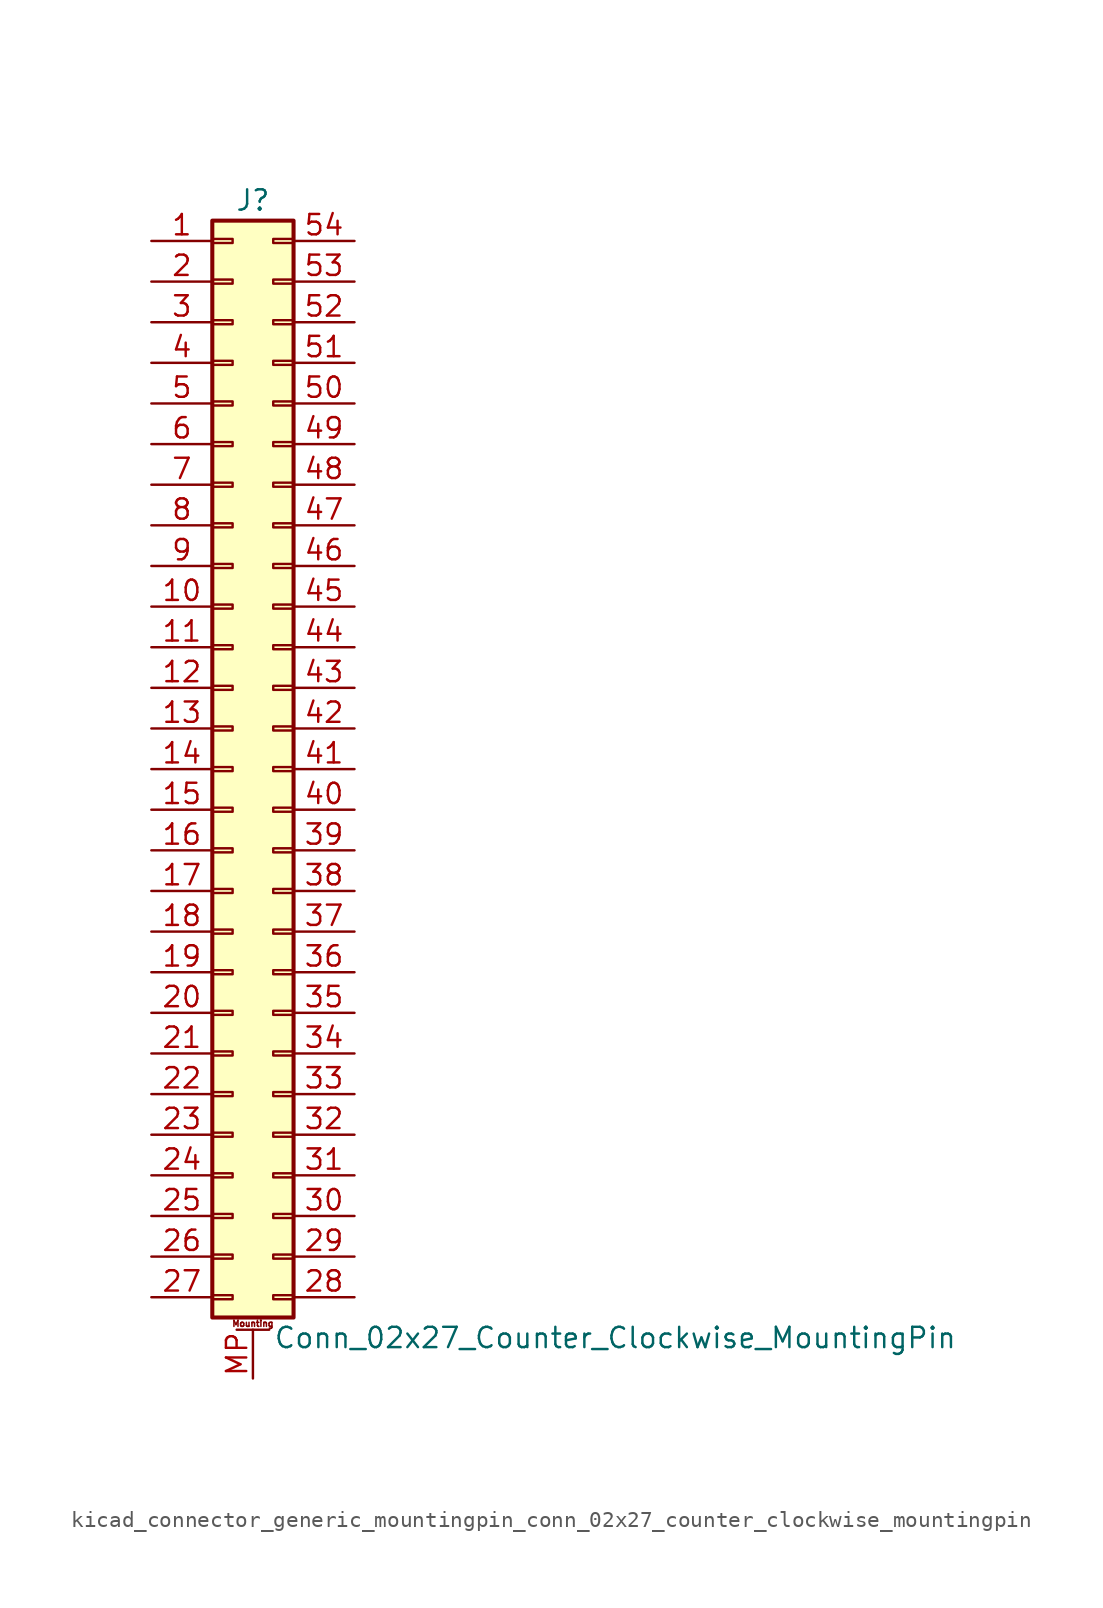
<source format=kicad_sym>
(kicad_symbol_lib
  (version 20220914)
  (generator kicad_symbol_editor)
  (symbol "kicad_connector_generic_mountingpin_conn_02x27_counter_clockwise_mountingpin"
    (pin_names
      (offset 1.016) hide)
    (property "Reference" "J"
      (at 1.27 35.56 0)
      (effects (font (size 1.27 1.27))))
    (property "Value" "Conn_02x27_Counter_Clockwise_MountingPin"
      (at 2.54 -35.56 0)
      (effects (font (size 1.27 1.27)) (justify left)))
    (symbol "kicad_connector_generic_mountingpin_conn_02x27_counter_clockwise_mountingpin_1_1"
      (rectangle (start -1.27 -32.893) (end 0 -33.147) (stroke (width 0.152) (type default)) (fill (type none)))
      (rectangle (start -1.27 -30.353) (end 0 -30.607) (stroke (width 0.152) (type default)) (fill (type none)))
      (rectangle (start -1.27 -27.813) (end 0 -28.067) (stroke (width 0.152) (type default)) (fill (type none)))
      (rectangle (start -1.27 -25.273) (end 0 -25.527) (stroke (width 0.152) (type default)) (fill (type none)))
      (rectangle (start -1.27 -22.733) (end 0 -22.987) (stroke (width 0.152) (type default)) (fill (type none)))
      (rectangle (start -1.27 -20.193) (end 0 -20.447) (stroke (width 0.152) (type default)) (fill (type none)))
      (rectangle (start -1.27 -17.653) (end 0 -17.907) (stroke (width 0.152) (type default)) (fill (type none)))
      (rectangle (start -1.27 -15.113) (end 0 -15.367) (stroke (width 0.152) (type default)) (fill (type none)))
      (rectangle (start -1.27 -12.573) (end 0 -12.827) (stroke (width 0.152) (type default)) (fill (type none)))
      (rectangle (start -1.27 -10.033) (end 0 -10.287) (stroke (width 0.152) (type default)) (fill (type none)))
      (rectangle (start -1.27 -7.493) (end 0 -7.747) (stroke (width 0.152) (type default)) (fill (type none)))
      (rectangle (start -1.27 -4.953) (end 0 -5.207) (stroke (width 0.152) (type default)) (fill (type none)))
      (rectangle (start -1.27 -2.413) (end 0 -2.667) (stroke (width 0.152) (type default)) (fill (type none)))
      (rectangle (start -1.27 0.127) (end 0 -0.127) (stroke (width 0.152) (type default)) (fill (type none)))
      (rectangle (start -1.27 2.667) (end 0 2.413) (stroke (width 0.152) (type default)) (fill (type none)))
      (rectangle (start -1.27 5.207) (end 0 4.953) (stroke (width 0.152) (type default)) (fill (type none)))
      (rectangle (start -1.27 7.747) (end 0 7.493) (stroke (width 0.152) (type default)) (fill (type none)))
      (rectangle (start -1.27 10.287) (end 0 10.033) (stroke (width 0.152) (type default)) (fill (type none)))
      (rectangle (start -1.27 12.827) (end 0 12.573) (stroke (width 0.152) (type default)) (fill (type none)))
      (rectangle (start -1.27 15.367) (end 0 15.113) (stroke (width 0.152) (type default)) (fill (type none)))
      (rectangle (start -1.27 17.907) (end 0 17.653) (stroke (width 0.152) (type default)) (fill (type none)))
      (rectangle (start -1.27 20.447) (end 0 20.193) (stroke (width 0.152) (type default)) (fill (type none)))
      (rectangle (start -1.27 22.987) (end 0 22.733) (stroke (width 0.152) (type default)) (fill (type none)))
      (rectangle (start -1.27 25.527) (end 0 25.273) (stroke (width 0.152) (type default)) (fill (type none)))
      (rectangle (start -1.27 28.067) (end 0 27.813) (stroke (width 0.152) (type default)) (fill (type none)))
      (rectangle (start -1.27 30.607) (end 0 30.353) (stroke (width 0.152) (type default)) (fill (type none)))
      (rectangle (start -1.27 33.147) (end 0 32.893) (stroke (width 0.152) (type default)) (fill (type none)))
      (rectangle (start -1.27 34.29) (end 3.81 -34.29) (stroke (width 0.254) (type default)) (fill (type background)))
      (polyline (pts (xy 0.254 -35.052) (xy 2.286 -35.052)) (stroke (width 0.152) (type default)) (fill (type none)))
      (rectangle (start 3.81 -32.893) (end 2.54 -33.147) (stroke (width 0.152) (type default)) (fill (type none)))
      (rectangle (start 3.81 -30.353) (end 2.54 -30.607) (stroke (width 0.152) (type default)) (fill (type none)))
      (rectangle (start 3.81 -27.813) (end 2.54 -28.067) (stroke (width 0.152) (type default)) (fill (type none)))
      (rectangle (start 3.81 -25.273) (end 2.54 -25.527) (stroke (width 0.152) (type default)) (fill (type none)))
      (rectangle (start 3.81 -22.733) (end 2.54 -22.987) (stroke (width 0.152) (type default)) (fill (type none)))
      (rectangle (start 3.81 -20.193) (end 2.54 -20.447) (stroke (width 0.152) (type default)) (fill (type none)))
      (rectangle (start 3.81 -17.653) (end 2.54 -17.907) (stroke (width 0.152) (type default)) (fill (type none)))
      (rectangle (start 3.81 -15.113) (end 2.54 -15.367) (stroke (width 0.152) (type default)) (fill (type none)))
      (rectangle (start 3.81 -12.573) (end 2.54 -12.827) (stroke (width 0.152) (type default)) (fill (type none)))
      (rectangle (start 3.81 -10.033) (end 2.54 -10.287) (stroke (width 0.152) (type default)) (fill (type none)))
      (rectangle (start 3.81 -7.493) (end 2.54 -7.747) (stroke (width 0.152) (type default)) (fill (type none)))
      (rectangle (start 3.81 -4.953) (end 2.54 -5.207) (stroke (width 0.152) (type default)) (fill (type none)))
      (rectangle (start 3.81 -2.413) (end 2.54 -2.667) (stroke (width 0.152) (type default)) (fill (type none)))
      (rectangle (start 3.81 0.127) (end 2.54 -0.127) (stroke (width 0.152) (type default)) (fill (type none)))
      (rectangle (start 3.81 2.667) (end 2.54 2.413) (stroke (width 0.152) (type default)) (fill (type none)))
      (rectangle (start 3.81 5.207) (end 2.54 4.953) (stroke (width 0.152) (type default)) (fill (type none)))
      (rectangle (start 3.81 7.747) (end 2.54 7.493) (stroke (width 0.152) (type default)) (fill (type none)))
      (rectangle (start 3.81 10.287) (end 2.54 10.033) (stroke (width 0.152) (type default)) (fill (type none)))
      (rectangle (start 3.81 12.827) (end 2.54 12.573) (stroke (width 0.152) (type default)) (fill (type none)))
      (rectangle (start 3.81 15.367) (end 2.54 15.113) (stroke (width 0.152) (type default)) (fill (type none)))
      (rectangle (start 3.81 17.907) (end 2.54 17.653) (stroke (width 0.152) (type default)) (fill (type none)))
      (rectangle (start 3.81 20.447) (end 2.54 20.193) (stroke (width 0.152) (type default)) (fill (type none)))
      (rectangle (start 3.81 22.987) (end 2.54 22.733) (stroke (width 0.152) (type default)) (fill (type none)))
      (rectangle (start 3.81 25.527) (end 2.54 25.273) (stroke (width 0.152) (type default)) (fill (type none)))
      (rectangle (start 3.81 28.067) (end 2.54 27.813) (stroke (width 0.152) (type default)) (fill (type none)))
      (rectangle (start 3.81 30.607) (end 2.54 30.353) (stroke (width 0.152) (type default)) (fill (type none)))
      (rectangle (start 3.81 33.147) (end 2.54 32.893) (stroke (width 0.152) (type default)) (fill (type none)))
      (text "Mounting" (at 1.27 -34.671 0) (effects (font (size 0.381 0.381))))
      (pin passive line (at -5.08 33.02 0) (length 3.81) (name "Pin_1" (effects (font (size 1.27 1.27)))) (number "1" (effects (font (size 1.27 1.27)))))
      (pin passive line (at -5.08 10.16 0) (length 3.81) (name "Pin_10" (effects (font (size 1.27 1.27)))) (number "10" (effects (font (size 1.27 1.27)))))
      (pin passive line (at -5.08 7.62 0) (length 3.81) (name "Pin_11" (effects (font (size 1.27 1.27)))) (number "11" (effects (font (size 1.27 1.27)))))
      (pin passive line (at -5.08 5.08 0) (length 3.81) (name "Pin_12" (effects (font (size 1.27 1.27)))) (number "12" (effects (font (size 1.27 1.27)))))
      (pin passive line (at -5.08 2.54 0) (length 3.81) (name "Pin_13" (effects (font (size 1.27 1.27)))) (number "13" (effects (font (size 1.27 1.27)))))
      (pin passive line (at -5.08 0 0) (length 3.81) (name "Pin_14" (effects (font (size 1.27 1.27)))) (number "14" (effects (font (size 1.27 1.27)))))
      (pin passive line (at -5.08 -2.54 0) (length 3.81) (name "Pin_15" (effects (font (size 1.27 1.27)))) (number "15" (effects (font (size 1.27 1.27)))))
      (pin passive line (at -5.08 -5.08 0) (length 3.81) (name "Pin_16" (effects (font (size 1.27 1.27)))) (number "16" (effects (font (size 1.27 1.27)))))
      (pin passive line (at -5.08 -7.62 0) (length 3.81) (name "Pin_17" (effects (font (size 1.27 1.27)))) (number "17" (effects (font (size 1.27 1.27)))))
      (pin passive line (at -5.08 -10.16 0) (length 3.81) (name "Pin_18" (effects (font (size 1.27 1.27)))) (number "18" (effects (font (size 1.27 1.27)))))
      (pin passive line (at -5.08 -12.7 0) (length 3.81) (name "Pin_19" (effects (font (size 1.27 1.27)))) (number "19" (effects (font (size 1.27 1.27)))))
      (pin passive line (at -5.08 30.48 0) (length 3.81) (name "Pin_2" (effects (font (size 1.27 1.27)))) (number "2" (effects (font (size 1.27 1.27)))))
      (pin passive line (at -5.08 -15.24 0) (length 3.81) (name "Pin_20" (effects (font (size 1.27 1.27)))) (number "20" (effects (font (size 1.27 1.27)))))
      (pin passive line (at -5.08 -17.78 0) (length 3.81) (name "Pin_21" (effects (font (size 1.27 1.27)))) (number "21" (effects (font (size 1.27 1.27)))))
      (pin passive line (at -5.08 -20.32 0) (length 3.81) (name "Pin_22" (effects (font (size 1.27 1.27)))) (number "22" (effects (font (size 1.27 1.27)))))
      (pin passive line (at -5.08 -22.86 0) (length 3.81) (name "Pin_23" (effects (font (size 1.27 1.27)))) (number "23" (effects (font (size 1.27 1.27)))))
      (pin passive line (at -5.08 -25.4 0) (length 3.81) (name "Pin_24" (effects (font (size 1.27 1.27)))) (number "24" (effects (font (size 1.27 1.27)))))
      (pin passive line (at -5.08 -27.94 0) (length 3.81) (name "Pin_25" (effects (font (size 1.27 1.27)))) (number "25" (effects (font (size 1.27 1.27)))))
      (pin passive line (at -5.08 -30.48 0) (length 3.81) (name "Pin_26" (effects (font (size 1.27 1.27)))) (number "26" (effects (font (size 1.27 1.27)))))
      (pin passive line (at -5.08 -33.02 0) (length 3.81) (name "Pin_27" (effects (font (size 1.27 1.27)))) (number "27" (effects (font (size 1.27 1.27)))))
      (pin passive line (at 7.62 -33.02 180) (length 3.81) (name "Pin_28" (effects (font (size 1.27 1.27)))) (number "28" (effects (font (size 1.27 1.27)))))
      (pin passive line (at 7.62 -30.48 180) (length 3.81) (name "Pin_29" (effects (font (size 1.27 1.27)))) (number "29" (effects (font (size 1.27 1.27)))))
      (pin passive line (at -5.08 27.94 0) (length 3.81) (name "Pin_3" (effects (font (size 1.27 1.27)))) (number "3" (effects (font (size 1.27 1.27)))))
      (pin passive line (at 7.62 -27.94 180) (length 3.81) (name "Pin_30" (effects (font (size 1.27 1.27)))) (number "30" (effects (font (size 1.27 1.27)))))
      (pin passive line (at 7.62 -25.4 180) (length 3.81) (name "Pin_31" (effects (font (size 1.27 1.27)))) (number "31" (effects (font (size 1.27 1.27)))))
      (pin passive line (at 7.62 -22.86 180) (length 3.81) (name "Pin_32" (effects (font (size 1.27 1.27)))) (number "32" (effects (font (size 1.27 1.27)))))
      (pin passive line (at 7.62 -20.32 180) (length 3.81) (name "Pin_33" (effects (font (size 1.27 1.27)))) (number "33" (effects (font (size 1.27 1.27)))))
      (pin passive line (at 7.62 -17.78 180) (length 3.81) (name "Pin_34" (effects (font (size 1.27 1.27)))) (number "34" (effects (font (size 1.27 1.27)))))
      (pin passive line (at 7.62 -15.24 180) (length 3.81) (name "Pin_35" (effects (font (size 1.27 1.27)))) (number "35" (effects (font (size 1.27 1.27)))))
      (pin passive line (at 7.62 -12.7 180) (length 3.81) (name "Pin_36" (effects (font (size 1.27 1.27)))) (number "36" (effects (font (size 1.27 1.27)))))
      (pin passive line (at 7.62 -10.16 180) (length 3.81) (name "Pin_37" (effects (font (size 1.27 1.27)))) (number "37" (effects (font (size 1.27 1.27)))))
      (pin passive line (at 7.62 -7.62 180) (length 3.81) (name "Pin_38" (effects (font (size 1.27 1.27)))) (number "38" (effects (font (size 1.27 1.27)))))
      (pin passive line (at 7.62 -5.08 180) (length 3.81) (name "Pin_39" (effects (font (size 1.27 1.27)))) (number "39" (effects (font (size 1.27 1.27)))))
      (pin passive line (at -5.08 25.4 0) (length 3.81) (name "Pin_4" (effects (font (size 1.27 1.27)))) (number "4" (effects (font (size 1.27 1.27)))))
      (pin passive line (at 7.62 -2.54 180) (length 3.81) (name "Pin_40" (effects (font (size 1.27 1.27)))) (number "40" (effects (font (size 1.27 1.27)))))
      (pin passive line (at 7.62 0 180) (length 3.81) (name "Pin_41" (effects (font (size 1.27 1.27)))) (number "41" (effects (font (size 1.27 1.27)))))
      (pin passive line (at 7.62 2.54 180) (length 3.81) (name "Pin_42" (effects (font (size 1.27 1.27)))) (number "42" (effects (font (size 1.27 1.27)))))
      (pin passive line (at 7.62 5.08 180) (length 3.81) (name "Pin_43" (effects (font (size 1.27 1.27)))) (number "43" (effects (font (size 1.27 1.27)))))
      (pin passive line (at 7.62 7.62 180) (length 3.81) (name "Pin_44" (effects (font (size 1.27 1.27)))) (number "44" (effects (font (size 1.27 1.27)))))
      (pin passive line (at 7.62 10.16 180) (length 3.81) (name "Pin_45" (effects (font (size 1.27 1.27)))) (number "45" (effects (font (size 1.27 1.27)))))
      (pin passive line (at 7.62 12.7 180) (length 3.81) (name "Pin_46" (effects (font (size 1.27 1.27)))) (number "46" (effects (font (size 1.27 1.27)))))
      (pin passive line (at 7.62 15.24 180) (length 3.81) (name "Pin_47" (effects (font (size 1.27 1.27)))) (number "47" (effects (font (size 1.27 1.27)))))
      (pin passive line (at 7.62 17.78 180) (length 3.81) (name "Pin_48" (effects (font (size 1.27 1.27)))) (number "48" (effects (font (size 1.27 1.27)))))
      (pin passive line (at 7.62 20.32 180) (length 3.81) (name "Pin_49" (effects (font (size 1.27 1.27)))) (number "49" (effects (font (size 1.27 1.27)))))
      (pin passive line (at -5.08 22.86 0) (length 3.81) (name "Pin_5" (effects (font (size 1.27 1.27)))) (number "5" (effects (font (size 1.27 1.27)))))
      (pin passive line (at 7.62 22.86 180) (length 3.81) (name "Pin_50" (effects (font (size 1.27 1.27)))) (number "50" (effects (font (size 1.27 1.27)))))
      (pin passive line (at 7.62 25.4 180) (length 3.81) (name "Pin_51" (effects (font (size 1.27 1.27)))) (number "51" (effects (font (size 1.27 1.27)))))
      (pin passive line (at 7.62 27.94 180) (length 3.81) (name "Pin_52" (effects (font (size 1.27 1.27)))) (number "52" (effects (font (size 1.27 1.27)))))
      (pin passive line (at 7.62 30.48 180) (length 3.81) (name "Pin_53" (effects (font (size 1.27 1.27)))) (number "53" (effects (font (size 1.27 1.27)))))
      (pin passive line (at 7.62 33.02 180) (length 3.81) (name "Pin_54" (effects (font (size 1.27 1.27)))) (number "54" (effects (font (size 1.27 1.27)))))
      (pin passive line (at -5.08 20.32 0) (length 3.81) (name "Pin_6" (effects (font (size 1.27 1.27)))) (number "6" (effects (font (size 1.27 1.27)))))
      (pin passive line (at -5.08 17.78 0) (length 3.81) (name "Pin_7" (effects (font (size 1.27 1.27)))) (number "7" (effects (font (size 1.27 1.27)))))
      (pin passive line (at -5.08 15.24 0) (length 3.81) (name "Pin_8" (effects (font (size 1.27 1.27)))) (number "8" (effects (font (size 1.27 1.27)))))
      (pin passive line (at -5.08 12.7 0) (length 3.81) (name "Pin_9" (effects (font (size 1.27 1.27)))) (number "9" (effects (font (size 1.27 1.27)))))
      (pin passive line (at 1.27 -38.1 90) (length 3.048) (name "MountPin" (effects (font (size 1.27 1.27)))) (number "MP" (effects (font (size 1.27 1.27))))))))
</source>
